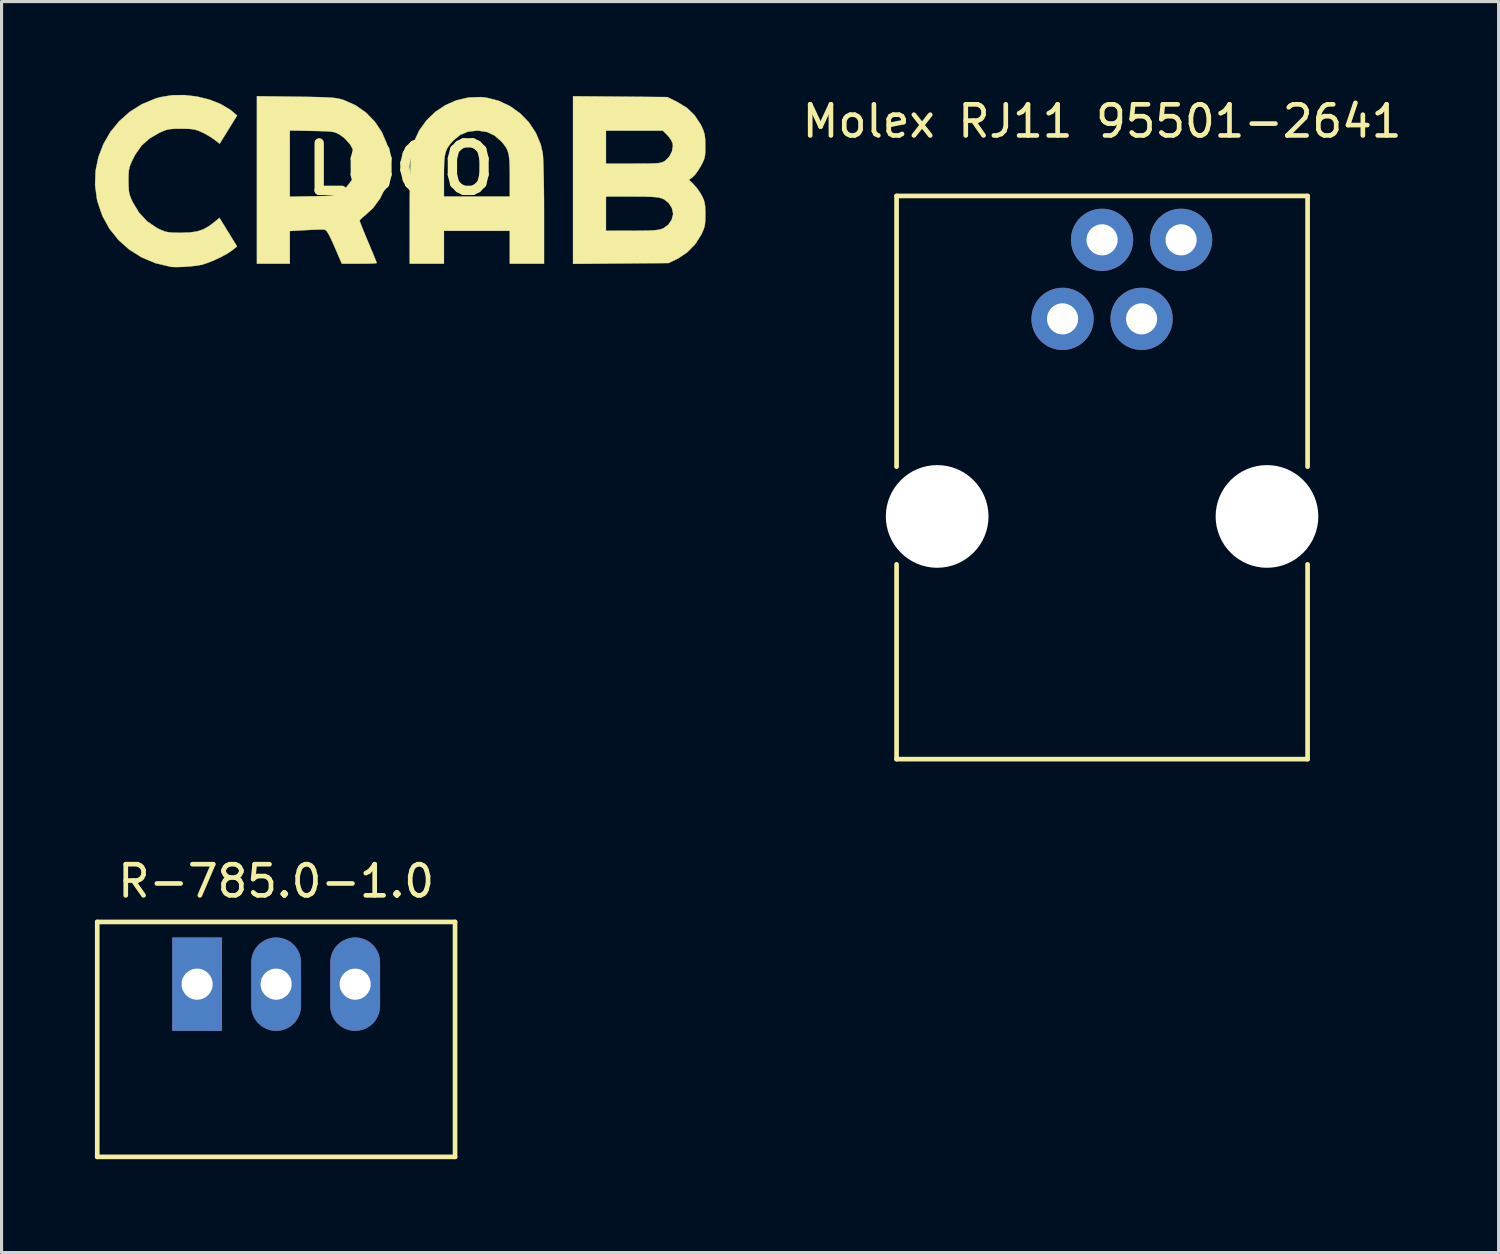
<source format=kicad_pcb>
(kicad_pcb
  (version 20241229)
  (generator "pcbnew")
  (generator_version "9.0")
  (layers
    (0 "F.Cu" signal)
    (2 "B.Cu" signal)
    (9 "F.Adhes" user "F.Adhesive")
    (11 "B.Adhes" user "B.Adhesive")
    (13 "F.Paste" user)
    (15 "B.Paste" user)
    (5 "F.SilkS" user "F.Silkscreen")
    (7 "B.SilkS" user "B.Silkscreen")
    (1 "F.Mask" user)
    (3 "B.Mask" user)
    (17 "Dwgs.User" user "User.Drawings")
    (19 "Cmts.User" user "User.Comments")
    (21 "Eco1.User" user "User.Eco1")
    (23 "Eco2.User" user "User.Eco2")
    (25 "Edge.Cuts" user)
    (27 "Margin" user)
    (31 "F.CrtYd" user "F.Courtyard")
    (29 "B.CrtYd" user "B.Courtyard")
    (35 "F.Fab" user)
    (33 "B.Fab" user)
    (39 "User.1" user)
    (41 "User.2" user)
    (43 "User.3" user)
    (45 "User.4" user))
  (footprint "LOGO"
    (layer "F.Cu")
    (at 9.821 2.377)
    (property "Reference" "LOGO" (at 0 0 0) (layer "F.SilkS") (effects (font (size 1.524 1.524) (thickness 0.3))))
    (attr through_hole)
    (fp_poly (pts (xy 2.762 -2.288) (xy 3.159 -2.187) (xy 3.525 -2.014) (xy 3.852 -1.779) (xy 4.131 -1.49) (xy 4.352 -1.156) (xy 4.507 -0.787) (xy 4.571 -0.508) (xy 4.581 -0.404) (xy 4.59 -0.226) (xy 4.597 0.014) (xy 4.604 0.305) (xy 4.609 0.636) (xy 4.613 0.995) (xy 4.614 1.371) (xy 4.614 1.408) (xy 4.614 3.048) (xy 3.514 3.048) (xy 3.514 1.99) (xy 1.397 1.99) (xy 1.397 3.048) (xy 0.296 3.048) (xy 0.297 1.429) (xy 0.298 1.053) (xy 0.302 0.692) (xy 0.307 0.357) (xy 0.31 0.231) (xy 1.397 0.231) (xy 1.397 0.889) (xy 3.514 0.889) (xy 3.514 0.231) (xy 3.511 -0.058) (xy 3.502 -0.279) (xy 3.481 -0.448) (xy 3.445 -0.58) (xy 3.39 -0.692) (xy 3.312 -0.799) (xy 3.24 -0.882) (xy 3.024 -1.071) (xy 2.784 -1.184) (xy 2.503 -1.227) (xy 2.455 -1.228) (xy 2.167 -1.195) (xy 1.921 -1.094) (xy 1.703 -0.916) (xy 1.671 -0.882) (xy 1.574 -0.768) (xy 1.503 -0.661) (xy 1.454 -0.545) (xy 1.422 -0.404) (xy 1.405 -0.221) (xy 1.398 0.018) (xy 1.397 0.231) (xy 0.31 0.231) (xy 0.314 0.061) (xy 0.321 -0.186) (xy 0.33 -0.371) (xy 0.34 -0.484) (xy 0.34 -0.487) (xy 0.437 -0.879) (xy 0.605 -1.238) (xy 0.835 -1.557) (xy 1.117 -1.829) (xy 1.442 -2.047) (xy 1.801 -2.204) (xy 2.185 -2.293) (xy 2.584 -2.307) (xy 2.762 -2.288)) (stroke (width 0.01) (type solid)) (fill yes) (layer "F.SilkS"))
    (fp_poly (pts (xy -6.538 -2.324) (xy -6.146 -2.228) (xy -5.786 -2.087) (xy -5.478 -1.904) (xy -5.383 -1.828) (xy -5.251 -1.714) (xy -5.812 -0.807) (xy -5.971 -0.933) (xy -6.101 -1.022) (xy -6.265 -1.118) (xy -6.378 -1.175) (xy -6.506 -1.231) (xy -6.621 -1.265) (xy -6.752 -1.283) (xy -6.924 -1.29) (xy -7.048 -1.291) (xy -7.252 -1.289) (xy -7.399 -1.278) (xy -7.518 -1.254) (xy -7.637 -1.211) (xy -7.755 -1.157) (xy -8.07 -0.973) (xy -8.322 -0.746) (xy -8.523 -0.46) (xy -8.584 -0.345) (xy -8.658 -0.189) (xy -8.705 -0.066) (xy -8.73 0.052) (xy -8.74 0.197) (xy -8.742 0.379) (xy -8.739 0.579) (xy -8.727 0.725) (xy -8.7 0.845) (xy -8.651 0.972) (xy -8.607 1.068) (xy -8.406 1.402) (xy -8.151 1.678) (xy -7.848 1.888) (xy -7.795 1.916) (xy -7.666 1.977) (xy -7.559 2.016) (xy -7.449 2.039) (xy -7.313 2.05) (xy -7.124 2.053) (xy -7.049 2.053) (xy -6.76 2.043) (xy -6.529 2.009) (xy -6.333 1.943) (xy -6.147 1.836) (xy -5.991 1.718) (xy -5.817 1.575) (xy -5.253 2.493) (xy -5.418 2.624) (xy -5.575 2.729) (xy -5.784 2.841) (xy -6.015 2.949) (xy -6.238 3.036) (xy -6.393 3.083) (xy -6.552 3.111) (xy -6.754 3.134) (xy -6.973 3.15) (xy -7.178 3.157) (xy -7.34 3.153) (xy -7.387 3.147) (xy -7.873 3.031) (xy -8.318 2.845) (xy -8.718 2.594) (xy -9.065 2.285) (xy -9.354 1.923) (xy -9.58 1.512) (xy -9.736 1.058) (xy -9.753 0.986) (xy -9.816 0.522) (xy -9.799 0.065) (xy -9.709 -0.377) (xy -9.548 -0.796) (xy -9.324 -1.184) (xy -9.04 -1.532) (xy -8.701 -1.833) (xy -8.314 -2.077) (xy -7.882 -2.257) (xy -7.72 -2.304) (xy -7.343 -2.366) (xy -6.943 -2.372) (xy -6.538 -2.324)) (stroke (width 0.01) (type solid)) (fill yes) (layer "F.SilkS"))
    (fp_poly (pts (xy -3.355 -2.319) (xy -2.989 -2.314) (xy -2.697 -2.308) (xy -2.468 -2.302) (xy -2.289 -2.293) (xy -2.151 -2.282) (xy -2.042 -2.268) (xy -1.95 -2.249) (xy -1.866 -2.225) (xy -1.82 -2.211) (xy -1.442 -2.042) (xy -1.107 -1.807) (xy -0.824 -1.517) (xy -0.599 -1.181) (xy -0.439 -0.809) (xy -0.353 -0.411) (xy -0.339 -0.169) (xy -0.376 0.219) (xy -0.483 0.596) (xy -0.652 0.946) (xy -0.875 1.252) (xy -1.128 1.486) (xy -1.231 1.57) (xy -1.297 1.638) (xy -1.312 1.665) (xy -1.297 1.715) (xy -1.253 1.83) (xy -1.187 1.995) (xy -1.104 2.196) (xy -1.037 2.354) (xy -0.946 2.571) (xy -0.867 2.76) (xy -0.807 2.908) (xy -0.77 3.001) (xy -0.762 3.026) (xy -0.802 3.034) (xy -0.911 3.041) (xy -1.073 3.046) (xy -1.273 3.048) (xy -1.323 3.048) (xy -1.885 3.048) (xy -2.117 2.509) (xy -2.223 2.271) (xy -2.306 2.105) (xy -2.37 2.003) (xy -2.42 1.958) (xy -2.432 1.954) (xy -2.504 1.95) (xy -2.642 1.951) (xy -2.825 1.958) (xy -3.033 1.968) (xy -3.035 1.968) (xy -3.556 1.998) (xy -3.556 3.048) (xy -4.614 3.048) (xy -4.614 0.895) (xy -3.556 0.895) (xy -2.843 0.881) (xy -2.582 0.876) (xy -2.39 0.87) (xy -2.252 0.86) (xy -2.152 0.845) (xy -2.075 0.822) (xy -2.006 0.789) (xy -1.929 0.743) (xy -1.923 0.739) (xy -1.735 0.584) (xy -1.574 0.376) (xy -1.458 0.146) (xy -1.418 -0.003) (xy -1.413 -0.269) (xy -1.482 -0.535) (xy -1.614 -0.782) (xy -1.8 -0.988) (xy -1.923 -1.078) (xy -2.001 -1.125) (xy -2.07 -1.159) (xy -2.146 -1.183) (xy -2.244 -1.198) (xy -2.379 -1.208) (xy -2.566 -1.214) (xy -2.822 -1.219) (xy -2.843 -1.22) (xy -3.556 -1.233) (xy -3.556 0.895) (xy -4.614 0.895) (xy -4.614 -2.335) (xy -3.355 -2.319)) (stroke (width 0.01) (type solid)) (fill yes) (layer "F.SilkS"))
    (fp_poly (pts (xy 7.061 -2.321) (xy 8.577 -2.307) (xy 8.9 -2.147) (xy 9.208 -1.959) (xy 9.452 -1.724) (xy 9.646 -1.429) (xy 9.681 -1.36) (xy 9.74 -1.226) (xy 9.775 -1.103) (xy 9.793 -0.959) (xy 9.798 -0.764) (xy 9.798 -0.741) (xy 9.797 -0.551) (xy 9.786 -0.417) (xy 9.758 -0.307) (xy 9.707 -0.192) (xy 9.654 -0.09) (xy 9.563 0.059) (xy 9.468 0.187) (xy 9.39 0.266) (xy 9.273 0.353) (xy 9.421 0.497) (xy 9.528 0.621) (xy 9.636 0.776) (xy 9.684 0.86) (xy 9.742 0.98) (xy 9.776 1.092) (xy 9.794 1.222) (xy 9.8 1.401) (xy 9.8 1.461) (xy 9.797 1.656) (xy 9.784 1.797) (xy 9.753 1.917) (xy 9.699 2.047) (xy 9.663 2.122) (xy 9.47 2.424) (xy 9.214 2.684) (xy 8.916 2.884) (xy 8.857 2.913) (xy 8.615 3.027) (xy 7.08 3.04) (xy 5.546 3.053) (xy 5.546 1.99) (xy 6.604 1.99) (xy 7.44 1.989) (xy 7.737 1.987) (xy 7.962 1.984) (xy 8.129 1.976) (xy 8.252 1.964) (xy 8.344 1.947) (xy 8.418 1.922) (xy 8.449 1.909) (xy 8.605 1.798) (xy 8.715 1.639) (xy 8.762 1.459) (xy 8.763 1.439) (xy 8.724 1.259) (xy 8.619 1.096) (xy 8.468 0.978) (xy 8.449 0.969) (xy 8.378 0.942) (xy 8.295 0.921) (xy 8.187 0.907) (xy 8.041 0.898) (xy 7.843 0.892) (xy 7.579 0.89) (xy 7.44 0.89) (xy 6.604 0.889) (xy 6.604 1.99) (xy 5.546 1.99) (xy 5.546 -1.228) (xy 6.604 -1.228) (xy 6.604 -0.169) (xy 7.487 -0.169) (xy 7.783 -0.17) (xy 8.007 -0.172) (xy 8.171 -0.176) (xy 8.288 -0.185) (xy 8.371 -0.199) (xy 8.432 -0.219) (xy 8.483 -0.246) (xy 8.513 -0.266) (xy 8.641 -0.394) (xy 8.726 -0.562) (xy 8.756 -0.74) (xy 8.746 -0.824) (xy 8.697 -0.929) (xy 8.611 -1.047) (xy 8.574 -1.086) (xy 8.433 -1.228) (xy 6.604 -1.228) (xy 5.546 -1.228) (xy 5.546 -2.334) (xy 7.061 -2.321)) (stroke (width 0.01) (type solid)) (fill yes) (layer "F.SilkS")))
  (footprint "Molex RJ11 95501-2641"
    (layer "F.Cu")
    (at 32.37 13.548)
    (property "Reference" "Molex RJ11 95501-2641" (at 0 -12.7 0) (layer "F.SilkS") (effects (font (size 1 1) (thickness 0.15))))
    (attr through_hole)
    (fp_line (start -6.605 -1.6) (end -6.605 -10.3) (stroke (width 0.15) (type solid)) (layer "F.SilkS"))
    (fp_line (start -6.605 1.54) (end -6.605 7.8) (stroke (width 0.15) (type solid)) (layer "F.SilkS"))
    (fp_line (start -6.605 7.8) (end 6.605 7.8) (stroke (width 0.15) (type solid)) (layer "F.SilkS"))
    (fp_line (start 6.605 -10.3) (end -6.605 -10.3) (stroke (width 0.15) (type solid)) (layer "F.SilkS"))
    (fp_line (start 6.605 -10.3) (end 6.605 -1.6) (stroke (width 0.15) (type solid)) (layer "F.SilkS"))
    (fp_line (start 6.605 7.8) (end 6.605 1.54) (stroke (width 0.15) (type solid)) (layer "F.SilkS"))
    (pad "" np_thru_hole circle (at -5.3 0) (size 3.3 3.3) (drill 3.3) (layers "*.Cu" "*.Mask"))
    (pad "" np_thru_hole circle (at 5.3 0) (size 3.3 3.3) (drill 3.3) (layers "*.Cu" "*.Mask"))
    (pad "1" thru_hole circle (at -1.27 -6.35) (size 2 2) (drill 1) (layers "*.Cu" "*.Mask"))
    (pad "2" thru_hole circle (at 0 -8.89) (size 2 2) (drill 1) (layers "*.Cu" "*.Mask"))
    (pad "3" thru_hole circle (at 1.27 -6.35) (size 2 2) (drill 1) (layers "*.Cu" "*.Mask"))
    (pad "4" thru_hole circle (at 2.54 -8.89) (size 2 2) (drill 1) (layers "*.Cu" "*.Mask")))
  (footprint "R-785.0-1.0"
    (layer "F.Cu")
    (at 5.825 28.581)
    (property "Reference" "R-785.0-1.0" (at 0 -3.31 0) (layer "F.SilkS") (effects (font (size 1 1) (thickness 0.15))))
    (attr through_hole)
    (fp_line (start -5.75 -2) (end 5.75 -2) (stroke (width 0.15) (type solid)) (layer "F.SilkS"))
    (fp_line (start -5.75 5.55) (end -5.75 -2) (stroke (width 0.15) (type solid)) (layer "F.SilkS"))
    (fp_line (start 5.75 -2) (end 5.75 5.55) (stroke (width 0.15) (type solid)) (layer "F.SilkS"))
    (fp_line (start 5.75 5.55) (end -5.75 5.55) (stroke (width 0.15) (type solid)) (layer "F.SilkS"))
    (pad "1" thru_hole rect (at -2.54 0) (size 1.6 3) (drill 1) (layers "*.Cu" "*.Mask"))
    (pad "2" thru_hole oval (at 0 0) (size 1.6 3) (drill 1) (layers "*.Cu" "*.Mask"))
    (pad "3" thru_hole oval (at 2.54 0) (size 1.6 3) (drill 1) (layers "*.Cu" "*.Mask")))
  (gr_rect
    (start -3 -3)
    (end 45.114 37.206)
    (stroke (width 0.1) (type default))
    (fill no)
    (layer "Edge.Cuts")))
</source>
